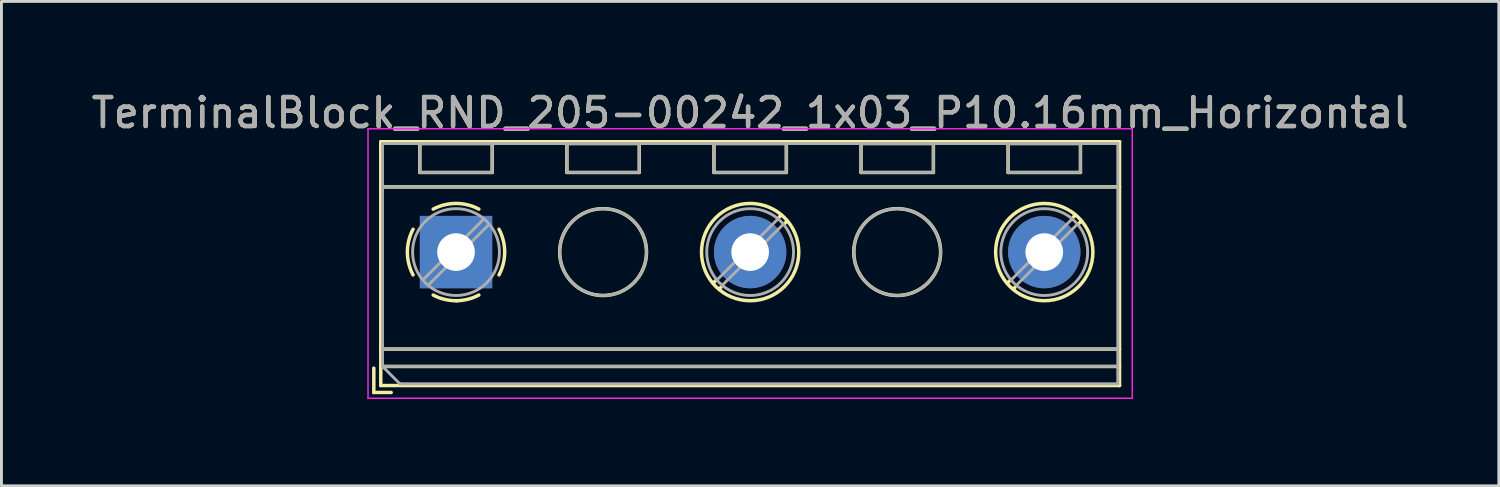
<source format=kicad_pcb>
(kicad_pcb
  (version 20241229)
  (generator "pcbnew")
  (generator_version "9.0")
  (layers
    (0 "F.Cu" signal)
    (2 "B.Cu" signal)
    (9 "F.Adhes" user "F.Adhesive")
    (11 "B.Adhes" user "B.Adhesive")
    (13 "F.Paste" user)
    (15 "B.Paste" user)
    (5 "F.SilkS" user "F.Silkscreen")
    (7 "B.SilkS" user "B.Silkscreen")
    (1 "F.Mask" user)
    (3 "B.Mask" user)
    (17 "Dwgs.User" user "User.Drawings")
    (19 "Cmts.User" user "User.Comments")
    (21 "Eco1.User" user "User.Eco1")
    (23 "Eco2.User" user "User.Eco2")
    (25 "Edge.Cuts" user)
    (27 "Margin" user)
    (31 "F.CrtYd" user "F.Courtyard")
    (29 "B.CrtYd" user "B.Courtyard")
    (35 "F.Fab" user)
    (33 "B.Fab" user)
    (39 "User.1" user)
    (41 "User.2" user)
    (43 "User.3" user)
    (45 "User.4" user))
  (footprint "TerminalBlock_RND_205-00242_1x03_P10.16mm_Horizontal"
    (layer "F.Cu")
    (at 12.703 5.658)
    (property "Reference" "TerminalBlock_RND_205-00242_1x03_P10.16mm_Horizontal" (at 10.16 -4.81 0) (layer "F.SilkS") (effects (font (size 1 1) (thickness 0.15))))
    (attr through_hole)
    (fp_line (start -2.84 4.01) (end -2.84 4.85) (stroke (width 0.12) (type solid)) (layer "F.SilkS"))
    (fp_line (start -2.84 4.85) (end -2.24 4.85) (stroke (width 0.12) (type solid)) (layer "F.SilkS"))
    (fp_line (start -2.6 -3.811) (end -2.6 4.61) (stroke (width 0.12) (type solid)) (layer "F.SilkS"))
    (fp_line (start -2.6 -3.811) (end 22.92 -3.811) (stroke (width 0.12) (type solid)) (layer "F.SilkS"))
    (fp_line (start -2.6 -2.251) (end 22.92 -2.251) (stroke (width 0.12) (type solid)) (layer "F.SilkS"))
    (fp_line (start -2.6 3.35) (end 22.92 3.35) (stroke (width 0.12) (type solid)) (layer "F.SilkS"))
    (fp_line (start -2.6 3.95) (end 22.92 3.95) (stroke (width 0.12) (type solid)) (layer "F.SilkS"))
    (fp_line (start -2.6 4.61) (end 22.92 4.61) (stroke (width 0.12) (type solid)) (layer "F.SilkS"))
    (fp_line (start -1.25 -3.751) (end -1.25 -2.751) (stroke (width 0.12) (type solid)) (layer "F.SilkS"))
    (fp_line (start -1.25 -3.751) (end 1.25 -3.751) (stroke (width 0.12) (type solid)) (layer "F.SilkS"))
    (fp_line (start -1.25 -2.751) (end 1.25 -2.751) (stroke (width 0.12) (type solid)) (layer "F.SilkS"))
    (fp_line (start 1.25 -3.751) (end 1.25 -2.751) (stroke (width 0.12) (type solid)) (layer "F.SilkS"))
    (fp_line (start 3.83 -3.751) (end 3.83 -2.751) (stroke (width 0.12) (type solid)) (layer "F.SilkS"))
    (fp_line (start 3.83 -3.751) (end 6.33 -3.751) (stroke (width 0.12) (type solid)) (layer "F.SilkS"))
    (fp_line (start 3.83 -2.751) (end 6.33 -2.751) (stroke (width 0.12) (type solid)) (layer "F.SilkS"))
    (fp_line (start 6.33 -3.751) (end 6.33 -2.751) (stroke (width 0.12) (type solid)) (layer "F.SilkS"))
    (fp_line (start 8.91 -3.751) (end 8.91 -2.751) (stroke (width 0.12) (type solid)) (layer "F.SilkS"))
    (fp_line (start 8.91 -3.751) (end 11.41 -3.751) (stroke (width 0.12) (type solid)) (layer "F.SilkS"))
    (fp_line (start 8.91 -2.751) (end 11.41 -2.751) (stroke (width 0.12) (type solid)) (layer "F.SilkS"))
    (fp_line (start 8.98 0.976) (end 8.886 1.069) (stroke (width 0.12) (type solid)) (layer "F.SilkS"))
    (fp_line (start 9.15 1.216) (end 9.091 1.274) (stroke (width 0.12) (type solid)) (layer "F.SilkS"))
    (fp_line (start 11.23 -1.275) (end 11.171 -1.216) (stroke (width 0.12) (type solid)) (layer "F.SilkS"))
    (fp_line (start 11.41 -3.751) (end 11.41 -2.751) (stroke (width 0.12) (type solid)) (layer "F.SilkS"))
    (fp_line (start 11.435 -1.069) (end 11.341 -0.976) (stroke (width 0.12) (type solid)) (layer "F.SilkS"))
    (fp_line (start 13.99 -3.751) (end 13.99 -2.751) (stroke (width 0.12) (type solid)) (layer "F.SilkS"))
    (fp_line (start 13.99 -3.751) (end 16.49 -3.751) (stroke (width 0.12) (type solid)) (layer "F.SilkS"))
    (fp_line (start 13.99 -2.751) (end 16.49 -2.751) (stroke (width 0.12) (type solid)) (layer "F.SilkS"))
    (fp_line (start 16.49 -3.751) (end 16.49 -2.751) (stroke (width 0.12) (type solid)) (layer "F.SilkS"))
    (fp_line (start 19.07 -3.751) (end 19.07 -2.751) (stroke (width 0.12) (type solid)) (layer "F.SilkS"))
    (fp_line (start 19.07 -3.751) (end 21.57 -3.751) (stroke (width 0.12) (type solid)) (layer "F.SilkS"))
    (fp_line (start 19.07 -2.751) (end 21.57 -2.751) (stroke (width 0.12) (type solid)) (layer "F.SilkS"))
    (fp_line (start 19.14 0.976) (end 19.046 1.069) (stroke (width 0.12) (type solid)) (layer "F.SilkS"))
    (fp_line (start 19.31 1.216) (end 19.251 1.274) (stroke (width 0.12) (type solid)) (layer "F.SilkS"))
    (fp_line (start 21.39 -1.275) (end 21.331 -1.216) (stroke (width 0.12) (type solid)) (layer "F.SilkS"))
    (fp_line (start 21.57 -3.751) (end 21.57 -2.751) (stroke (width 0.12) (type solid)) (layer "F.SilkS"))
    (fp_line (start 21.595 -1.069) (end 21.501 -0.976) (stroke (width 0.12) (type solid)) (layer "F.SilkS"))
    (fp_line (start 22.92 -3.811) (end 22.92 4.61) (stroke (width 0.12) (type solid)) (layer "F.SilkS"))
    (fp_arc (start -1.483953 0.789089) (mid -1.680708 0.00005) (end -1.484 -0.789) (stroke (width 0.12) (type solid)) (layer "F.SilkS"))
    (fp_arc (start -0.789089 -1.483953) (mid -0.00005 -1.680708) (end 0.789 -1.484) (stroke (width 0.12) (type solid)) (layer "F.SilkS"))
    (fp_arc (start 0.029383 1.68045) (mid -0.392304 1.634281) (end -0.789 1.484) (stroke (width 0.12) (type solid)) (layer "F.SilkS"))
    (fp_arc (start 0.788712 1.483352) (mid 0.406429 1.630097) (end 0 1.68) (stroke (width 0.12) (type solid)) (layer "F.SilkS"))
    (fp_arc (start 1.483953 -0.789089) (mid 1.680708 -0.00005) (end 1.484 0.789) (stroke (width 0.12) (type solid)) (layer "F.SilkS"))
    (fp_circle (center 5.08 0) (end 6.58 0) (stroke (width 0.12) (type solid)) (fill no) (layer "F.SilkS"))
    (fp_circle (center 10.16 0) (end 11.84 0) (stroke (width 0.12) (type solid)) (fill no) (layer "F.SilkS"))
    (fp_circle (center 15.24 0) (end 16.74 0) (stroke (width 0.12) (type solid)) (fill no) (layer "F.SilkS"))
    (fp_circle (center 20.32 0) (end 22 0) (stroke (width 0.12) (type solid)) (fill no) (layer "F.SilkS"))
    (fp_line (start -3.04 -4.26) (end -3.04 5.05) (stroke (width 0.05) (type solid)) (layer "F.CrtYd"))
    (fp_line (start -3.04 5.05) (end 23.36 5.05) (stroke (width 0.05) (type solid)) (layer "F.CrtYd"))
    (fp_line (start 23.36 -4.26) (end -3.04 -4.26) (stroke (width 0.05) (type solid)) (layer "F.CrtYd"))
    (fp_line (start 23.36 5.05) (end 23.36 -4.26) (stroke (width 0.05) (type solid)) (layer "F.CrtYd"))
    (fp_line (start -2.54 -3.75) (end 22.86 -3.75) (stroke (width 0.1) (type solid)) (layer "F.Fab"))
    (fp_line (start -2.54 -2.25) (end 22.86 -2.25) (stroke (width 0.1) (type solid)) (layer "F.Fab"))
    (fp_line (start -2.54 3.35) (end 22.86 3.35) (stroke (width 0.1) (type solid)) (layer "F.Fab"))
    (fp_line (start -2.54 3.95) (end -2.54 -3.75) (stroke (width 0.1) (type solid)) (layer "F.Fab"))
    (fp_line (start -2.54 3.95) (end 22.86 3.95) (stroke (width 0.1) (type solid)) (layer "F.Fab"))
    (fp_line (start -1.94 4.55) (end -2.54 3.95) (stroke (width 0.1) (type solid)) (layer "F.Fab"))
    (fp_line (start -1.25 -3.75) (end -1.25 -2.75) (stroke (width 0.1) (type solid)) (layer "F.Fab"))
    (fp_line (start -1.25 -2.75) (end 1.25 -2.75) (stroke (width 0.1) (type solid)) (layer "F.Fab"))
    (fp_line (start 0.955 -1.138) (end -1.138 0.955) (stroke (width 0.1) (type solid)) (layer "F.Fab"))
    (fp_line (start 1.138 -0.955) (end -0.955 1.138) (stroke (width 0.1) (type solid)) (layer "F.Fab"))
    (fp_line (start 1.25 -3.75) (end -1.25 -3.75) (stroke (width 0.1) (type solid)) (layer "F.Fab"))
    (fp_line (start 1.25 -2.75) (end 1.25 -3.75) (stroke (width 0.1) (type solid)) (layer "F.Fab"))
    (fp_line (start 3.83 -3.75) (end 3.83 -2.75) (stroke (width 0.1) (type solid)) (layer "F.Fab"))
    (fp_line (start 3.83 -2.75) (end 6.33 -2.75) (stroke (width 0.1) (type solid)) (layer "F.Fab"))
    (fp_line (start 6.33 -3.75) (end 3.83 -3.75) (stroke (width 0.1) (type solid)) (layer "F.Fab"))
    (fp_line (start 6.33 -2.75) (end 6.33 -3.75) (stroke (width 0.1) (type solid)) (layer "F.Fab"))
    (fp_line (start 8.91 -3.75) (end 8.91 -2.75) (stroke (width 0.1) (type solid)) (layer "F.Fab"))
    (fp_line (start 8.91 -2.75) (end 11.41 -2.75) (stroke (width 0.1) (type solid)) (layer "F.Fab"))
    (fp_line (start 11.115 -1.138) (end 9.023 0.955) (stroke (width 0.1) (type solid)) (layer "F.Fab"))
    (fp_line (start 11.298 -0.955) (end 9.206 1.138) (stroke (width 0.1) (type solid)) (layer "F.Fab"))
    (fp_line (start 11.41 -3.75) (end 8.91 -3.75) (stroke (width 0.1) (type solid)) (layer "F.Fab"))
    (fp_line (start 11.41 -2.75) (end 11.41 -3.75) (stroke (width 0.1) (type solid)) (layer "F.Fab"))
    (fp_line (start 13.99 -3.75) (end 13.99 -2.75) (stroke (width 0.1) (type solid)) (layer "F.Fab"))
    (fp_line (start 13.99 -2.75) (end 16.49 -2.75) (stroke (width 0.1) (type solid)) (layer "F.Fab"))
    (fp_line (start 16.49 -3.75) (end 13.99 -3.75) (stroke (width 0.1) (type solid)) (layer "F.Fab"))
    (fp_line (start 16.49 -2.75) (end 16.49 -3.75) (stroke (width 0.1) (type solid)) (layer "F.Fab"))
    (fp_line (start 19.07 -3.75) (end 19.07 -2.75) (stroke (width 0.1) (type solid)) (layer "F.Fab"))
    (fp_line (start 19.07 -2.75) (end 21.57 -2.75) (stroke (width 0.1) (type solid)) (layer "F.Fab"))
    (fp_line (start 21.275 -1.138) (end 19.183 0.955) (stroke (width 0.1) (type solid)) (layer "F.Fab"))
    (fp_line (start 21.458 -0.955) (end 19.366 1.138) (stroke (width 0.1) (type solid)) (layer "F.Fab"))
    (fp_line (start 21.57 -3.75) (end 19.07 -3.75) (stroke (width 0.1) (type solid)) (layer "F.Fab"))
    (fp_line (start 21.57 -2.75) (end 21.57 -3.75) (stroke (width 0.1) (type solid)) (layer "F.Fab"))
    (fp_line (start 22.86 -3.75) (end 22.86 4.55) (stroke (width 0.1) (type solid)) (layer "F.Fab"))
    (fp_line (start 22.86 4.55) (end -1.94 4.55) (stroke (width 0.1) (type solid)) (layer "F.Fab"))
    (fp_circle (center 0 0) (end 1.5 0) (stroke (width 0.1) (type solid)) (fill no) (layer "F.Fab"))
    (fp_circle (center 5.08 0) (end 6.58 0) (stroke (width 0.1) (type solid)) (fill no) (layer "F.Fab"))
    (fp_circle (center 10.16 0) (end 11.66 0) (stroke (width 0.1) (type solid)) (fill no) (layer "F.Fab"))
    (fp_circle (center 15.24 0) (end 16.74 0) (stroke (width 0.1) (type solid)) (fill no) (layer "F.Fab"))
    (fp_circle (center 20.32 0) (end 21.82 0) (stroke (width 0.1) (type solid)) (fill no) (layer "F.Fab"))
    (fp_text user "${REFERENCE}" (at 10.16 -4.81 0) (layer "F.Fab") (effects (font (size 1 1) (thickness 0.15))))
    (pad "1" thru_hole rect (at 0 0) (size 2.5 2.5) (drill 1.3) (layers "*.Cu" "*.Mask"))
    (pad "2" thru_hole circle (at 10.16 0) (size 2.5 2.5) (drill 1.3) (layers "*.Cu" "*.Mask"))
    (pad "3" thru_hole circle (at 20.32 0) (size 2.5 2.5) (drill 1.3) (layers "*.Cu" "*.Mask")))
  (gr_rect
    (start -3 -3)
    (end 48.726 13.733)
    (stroke (width 0.1) (type default))
    (fill no)
    (layer "Edge.Cuts")))
</source>
